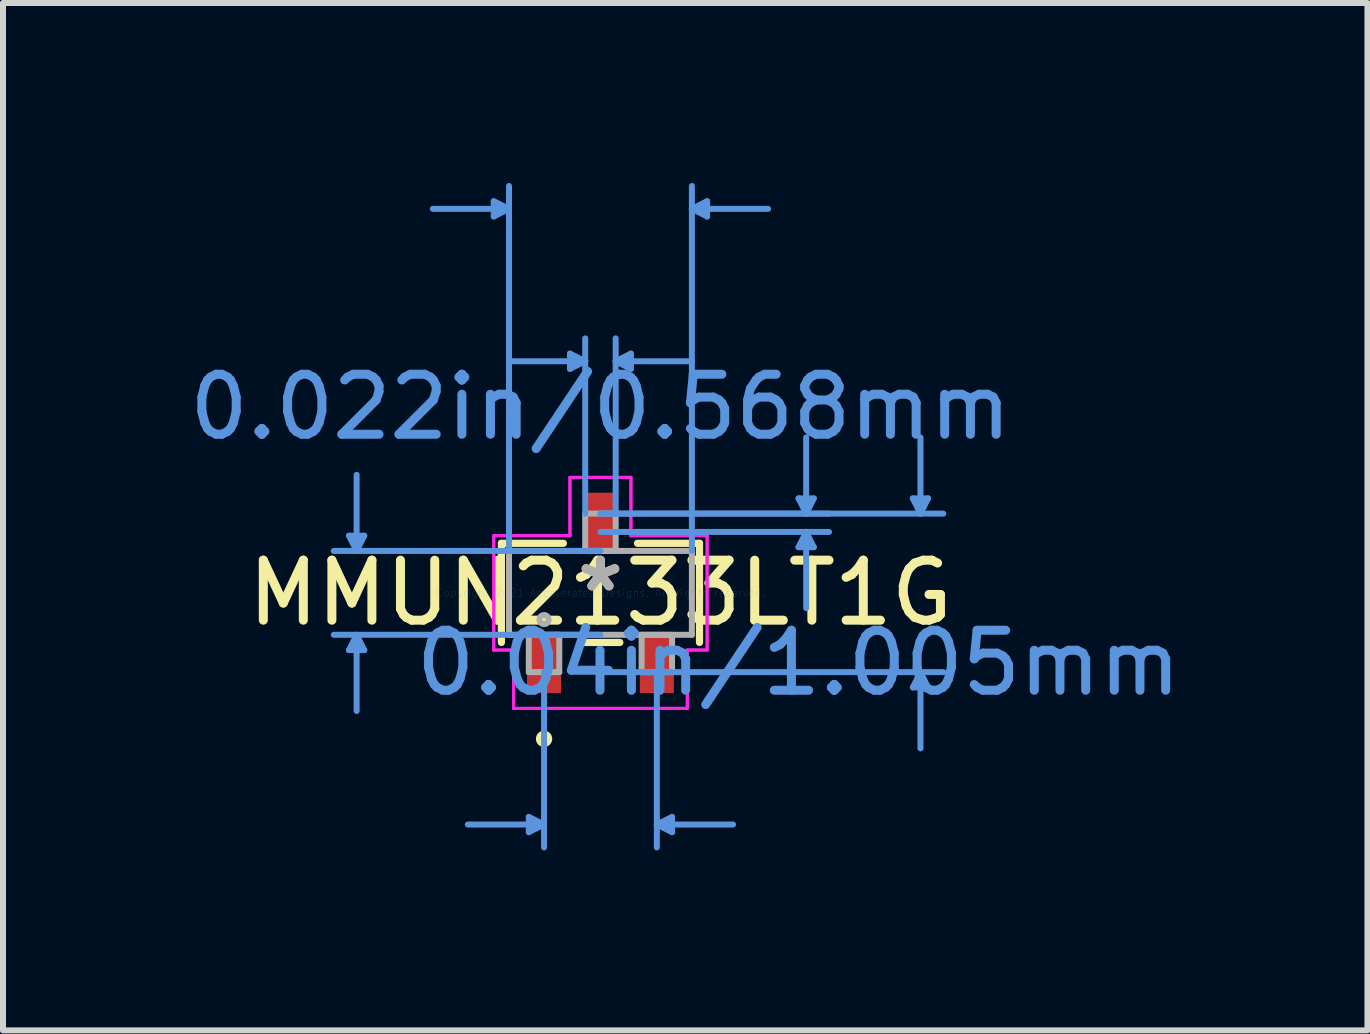
<source format=kicad_pcb>
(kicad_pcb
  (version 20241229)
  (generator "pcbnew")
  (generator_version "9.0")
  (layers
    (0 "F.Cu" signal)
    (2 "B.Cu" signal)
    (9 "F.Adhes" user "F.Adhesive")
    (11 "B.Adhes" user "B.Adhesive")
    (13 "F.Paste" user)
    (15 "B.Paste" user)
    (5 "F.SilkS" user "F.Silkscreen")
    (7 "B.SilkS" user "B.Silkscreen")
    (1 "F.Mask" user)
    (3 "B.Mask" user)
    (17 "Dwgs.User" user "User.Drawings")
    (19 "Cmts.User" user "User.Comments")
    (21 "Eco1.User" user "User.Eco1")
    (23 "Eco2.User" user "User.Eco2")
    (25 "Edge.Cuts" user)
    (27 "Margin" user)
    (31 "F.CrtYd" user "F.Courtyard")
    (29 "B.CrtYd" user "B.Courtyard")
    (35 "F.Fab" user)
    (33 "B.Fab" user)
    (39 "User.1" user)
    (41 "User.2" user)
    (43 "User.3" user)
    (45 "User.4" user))
  (footprint "MMUN2133LT1G"
    (layer "F.Cu")
    (at 6.958 6.832)
    (property "Reference" "MMUN2133LT1G" (at 0 0 0) (layer "F.SilkS") (effects (font (size 1 1) (thickness 0.15))))
    (attr through_hole)
    (fp_line (start -1.651 -0.826) (end -1.651 0.826) (stroke (width 0.12) (type solid)) (layer "F.SilkS"))
    (fp_line (start -0.617 -0.826) (end -1.651 -0.826) (stroke (width 0.12) (type solid)) (layer "F.SilkS"))
    (fp_line (start -0.323 0.826) (end 0.323 0.826) (stroke (width 0.12) (type solid)) (layer "F.SilkS"))
    (fp_line (start 1.651 -0.826) (end 0.617 -0.826) (stroke (width 0.12) (type solid)) (layer "F.SilkS"))
    (fp_line (start 1.651 0.826) (end 1.651 -0.826) (stroke (width 0.12) (type solid)) (layer "F.SilkS"))
    (fp_circle (center -0.94 2.433) (end -0.864 2.433) (stroke (width 0.12) (type solid)) (fill no) (layer "F.SilkS"))
    (fp_line (start -4.191 -0.953) (end -3.937 -0.953) (stroke (width 0.1) (type solid)) (layer "Cmts.User"))
    (fp_line (start -4.191 0.953) (end -3.937 0.953) (stroke (width 0.1) (type solid)) (layer "Cmts.User"))
    (fp_line (start -4.064 -0.699) (end -4.191 -0.953) (stroke (width 0.1) (type solid)) (layer "Cmts.User"))
    (fp_line (start -4.064 -0.699) (end -4.064 -1.968) (stroke (width 0.1) (type solid)) (layer "Cmts.User"))
    (fp_line (start -4.064 -0.699) (end -3.937 -0.953) (stroke (width 0.1) (type solid)) (layer "Cmts.User"))
    (fp_line (start -4.064 0.699) (end -4.191 0.953) (stroke (width 0.1) (type solid)) (layer "Cmts.User"))
    (fp_line (start -4.064 0.699) (end -4.064 1.968) (stroke (width 0.1) (type solid)) (layer "Cmts.User"))
    (fp_line (start -4.064 0.699) (end -3.937 0.953) (stroke (width 0.1) (type solid)) (layer "Cmts.User"))
    (fp_line (start -1.778 -6.528) (end -1.778 -6.274) (stroke (width 0.1) (type solid)) (layer "Cmts.User"))
    (fp_line (start -1.524 -6.401) (end -2.794 -6.401) (stroke (width 0.1) (type solid)) (layer "Cmts.User"))
    (fp_line (start -1.524 -6.401) (end -1.778 -6.528) (stroke (width 0.1) (type solid)) (layer "Cmts.User"))
    (fp_line (start -1.524 -6.401) (end -1.778 -6.274) (stroke (width 0.1) (type solid)) (layer "Cmts.User"))
    (fp_line (start -1.524 -0.699) (end -1.524 -6.782) (stroke (width 0.1) (type solid)) (layer "Cmts.User"))
    (fp_line (start -1.194 3.734) (end -1.194 3.988) (stroke (width 0.1) (type solid)) (layer "Cmts.User"))
    (fp_line (start -0.94 1.321) (end -0.94 4.242) (stroke (width 0.1) (type solid)) (layer "Cmts.User"))
    (fp_line (start -0.94 3.861) (end -2.21 3.861) (stroke (width 0.1) (type solid)) (layer "Cmts.User"))
    (fp_line (start -0.94 3.861) (end -1.194 3.734) (stroke (width 0.1) (type solid)) (layer "Cmts.User"))
    (fp_line (start -0.94 3.861) (end -1.194 3.988) (stroke (width 0.1) (type solid)) (layer "Cmts.User"))
    (fp_line (start -0.508 -3.988) (end -0.508 -3.734) (stroke (width 0.1) (type solid)) (layer "Cmts.User"))
    (fp_line (start -0.254 -3.861) (end -1.524 -3.861) (stroke (width 0.1) (type solid)) (layer "Cmts.User"))
    (fp_line (start -0.254 -3.861) (end -0.508 -3.988) (stroke (width 0.1) (type solid)) (layer "Cmts.User"))
    (fp_line (start -0.254 -3.861) (end -0.508 -3.734) (stroke (width 0.1) (type solid)) (layer "Cmts.User"))
    (fp_line (start -0.254 -1.321) (end -0.254 -4.242) (stroke (width 0.1) (type solid)) (layer "Cmts.User"))
    (fp_line (start 0 -1.321) (end 3.81 -1.321) (stroke (width 0.1) (type solid)) (layer "Cmts.User"))
    (fp_line (start 0 -1.321) (end 5.715 -1.321) (stroke (width 0.1) (type solid)) (layer "Cmts.User"))
    (fp_line (start 0 -1.016) (end 3.81 -1.016) (stroke (width 0.1) (type solid)) (layer "Cmts.User"))
    (fp_line (start 0 -0.699) (end -4.445 -0.699) (stroke (width 0.1) (type solid)) (layer "Cmts.User"))
    (fp_line (start 0 0.699) (end -4.445 0.699) (stroke (width 0.1) (type solid)) (layer "Cmts.User"))
    (fp_line (start 0 1.321) (end 5.715 1.321) (stroke (width 0.1) (type solid)) (layer "Cmts.User"))
    (fp_line (start 0.254 -3.861) (end 0.508 -3.988) (stroke (width 0.1) (type solid)) (layer "Cmts.User"))
    (fp_line (start 0.254 -3.861) (end 0.508 -3.734) (stroke (width 0.1) (type solid)) (layer "Cmts.User"))
    (fp_line (start 0.254 -3.861) (end 1.524 -3.861) (stroke (width 0.1) (type solid)) (layer "Cmts.User"))
    (fp_line (start 0.254 -1.321) (end 0.254 -4.242) (stroke (width 0.1) (type solid)) (layer "Cmts.User"))
    (fp_line (start 0.508 -3.988) (end 0.508 -3.734) (stroke (width 0.1) (type solid)) (layer "Cmts.User"))
    (fp_line (start 0.94 1.321) (end 0.94 4.242) (stroke (width 0.1) (type solid)) (layer "Cmts.User"))
    (fp_line (start 0.94 3.861) (end 1.194 3.734) (stroke (width 0.1) (type solid)) (layer "Cmts.User"))
    (fp_line (start 0.94 3.861) (end 1.194 3.988) (stroke (width 0.1) (type solid)) (layer "Cmts.User"))
    (fp_line (start 0.94 3.861) (end 2.21 3.861) (stroke (width 0.1) (type solid)) (layer "Cmts.User"))
    (fp_line (start 1.194 3.734) (end 1.194 3.988) (stroke (width 0.1) (type solid)) (layer "Cmts.User"))
    (fp_line (start 1.524 -6.401) (end 1.778 -6.528) (stroke (width 0.1) (type solid)) (layer "Cmts.User"))
    (fp_line (start 1.524 -6.401) (end 1.778 -6.274) (stroke (width 0.1) (type solid)) (layer "Cmts.User"))
    (fp_line (start 1.524 -6.401) (end 2.794 -6.401) (stroke (width 0.1) (type solid)) (layer "Cmts.User"))
    (fp_line (start 1.524 -0.699) (end 1.524 -6.782) (stroke (width 0.1) (type solid)) (layer "Cmts.User"))
    (fp_line (start 1.778 -6.528) (end 1.778 -6.274) (stroke (width 0.1) (type solid)) (layer "Cmts.User"))
    (fp_line (start 3.302 -1.575) (end 3.556 -1.575) (stroke (width 0.1) (type solid)) (layer "Cmts.User"))
    (fp_line (start 3.302 -0.762) (end 3.556 -0.762) (stroke (width 0.1) (type solid)) (layer "Cmts.User"))
    (fp_line (start 3.429 -1.321) (end 3.302 -1.575) (stroke (width 0.1) (type solid)) (layer "Cmts.User"))
    (fp_line (start 3.429 -1.321) (end 3.429 -2.591) (stroke (width 0.1) (type solid)) (layer "Cmts.User"))
    (fp_line (start 3.429 -1.321) (end 3.556 -1.575) (stroke (width 0.1) (type solid)) (layer "Cmts.User"))
    (fp_line (start 3.429 -1.016) (end 3.302 -0.762) (stroke (width 0.1) (type solid)) (layer "Cmts.User"))
    (fp_line (start 3.429 -1.016) (end 3.429 0.254) (stroke (width 0.1) (type solid)) (layer "Cmts.User"))
    (fp_line (start 3.429 -1.016) (end 3.556 -0.762) (stroke (width 0.1) (type solid)) (layer "Cmts.User"))
    (fp_line (start 5.207 -1.575) (end 5.461 -1.575) (stroke (width 0.1) (type solid)) (layer "Cmts.User"))
    (fp_line (start 5.207 1.575) (end 5.461 1.575) (stroke (width 0.1) (type solid)) (layer "Cmts.User"))
    (fp_line (start 5.334 -1.321) (end 5.207 -1.575) (stroke (width 0.1) (type solid)) (layer "Cmts.User"))
    (fp_line (start 5.334 -1.321) (end 5.334 -2.591) (stroke (width 0.1) (type solid)) (layer "Cmts.User"))
    (fp_line (start 5.334 -1.321) (end 5.461 -1.575) (stroke (width 0.1) (type solid)) (layer "Cmts.User"))
    (fp_line (start 5.334 1.321) (end 5.207 1.575) (stroke (width 0.1) (type solid)) (layer "Cmts.User"))
    (fp_line (start 5.334 1.321) (end 5.334 2.591) (stroke (width 0.1) (type solid)) (layer "Cmts.User"))
    (fp_line (start 5.334 1.321) (end 5.461 1.575) (stroke (width 0.1) (type solid)) (layer "Cmts.User"))
    (fp_line (start -1.778 -0.953) (end -0.508 -0.953) (stroke (width 0.05) (type solid)) (layer "F.CrtYd"))
    (fp_line (start -1.778 -0.953) (end -0.508 -0.953) (stroke (width 0.05) (type solid)) (layer "F.CrtYd"))
    (fp_line (start -1.778 0.953) (end -1.778 -0.953) (stroke (width 0.05) (type solid)) (layer "F.CrtYd"))
    (fp_line (start -1.778 0.953) (end -1.778 -0.953) (stroke (width 0.05) (type solid)) (layer "F.CrtYd"))
    (fp_line (start -1.778 0.953) (end -1.448 0.953) (stroke (width 0.05) (type solid)) (layer "F.CrtYd"))
    (fp_line (start -1.448 0.953) (end -1.778 0.953) (stroke (width 0.05) (type solid)) (layer "F.CrtYd"))
    (fp_line (start -1.448 0.953) (end -1.448 1.925) (stroke (width 0.05) (type solid)) (layer "F.CrtYd"))
    (fp_line (start -1.448 1.925) (end -1.448 0.953) (stroke (width 0.05) (type solid)) (layer "F.CrtYd"))
    (fp_line (start -1.448 1.925) (end 1.448 1.925) (stroke (width 0.05) (type solid)) (layer "F.CrtYd"))
    (fp_line (start -0.508 -1.925) (end 0.508 -1.925) (stroke (width 0.05) (type solid)) (layer "F.CrtYd"))
    (fp_line (start -0.508 -1.925) (end 0.508 -1.925) (stroke (width 0.05) (type solid)) (layer "F.CrtYd"))
    (fp_line (start -0.508 -0.953) (end -0.508 -1.925) (stroke (width 0.05) (type solid)) (layer "F.CrtYd"))
    (fp_line (start -0.508 -0.953) (end -0.508 -1.925) (stroke (width 0.05) (type solid)) (layer "F.CrtYd"))
    (fp_line (start 0.508 -1.925) (end 0.508 -0.953) (stroke (width 0.05) (type solid)) (layer "F.CrtYd"))
    (fp_line (start 0.508 -0.953) (end 0.508 -1.925) (stroke (width 0.05) (type solid)) (layer "F.CrtYd"))
    (fp_line (start 0.508 -0.953) (end 1.778 -0.953) (stroke (width 0.05) (type solid)) (layer "F.CrtYd"))
    (fp_line (start 1.448 0.953) (end 1.448 1.925) (stroke (width 0.05) (type solid)) (layer "F.CrtYd"))
    (fp_line (start 1.448 0.953) (end 1.448 1.925) (stroke (width 0.05) (type solid)) (layer "F.CrtYd"))
    (fp_line (start 1.448 1.925) (end -1.448 1.925) (stroke (width 0.05) (type solid)) (layer "F.CrtYd"))
    (fp_line (start 1.778 -0.953) (end 0.508 -0.953) (stroke (width 0.05) (type solid)) (layer "F.CrtYd"))
    (fp_line (start 1.778 -0.953) (end 1.778 0.953) (stroke (width 0.05) (type solid)) (layer "F.CrtYd"))
    (fp_line (start 1.778 -0.953) (end 1.778 0.953) (stroke (width 0.05) (type solid)) (layer "F.CrtYd"))
    (fp_line (start 1.778 0.953) (end 1.448 0.953) (stroke (width 0.05) (type solid)) (layer "F.CrtYd"))
    (fp_line (start 1.778 0.953) (end 1.448 0.953) (stroke (width 0.05) (type solid)) (layer "F.CrtYd"))
    (fp_line (start -1.524 -0.699) (end -1.524 0.699) (stroke (width 0.1) (type solid)) (layer "F.Fab"))
    (fp_line (start -1.524 0.699) (end 1.524 0.699) (stroke (width 0.1) (type solid)) (layer "F.Fab"))
    (fp_line (start -1.194 0.699) (end -1.194 1.321) (stroke (width 0.1) (type solid)) (layer "F.Fab"))
    (fp_line (start -1.194 1.321) (end -0.686 1.321) (stroke (width 0.1) (type solid)) (layer "F.Fab"))
    (fp_line (start -0.686 0.699) (end -1.194 0.699) (stroke (width 0.1) (type solid)) (layer "F.Fab"))
    (fp_line (start -0.686 1.321) (end -0.686 0.699) (stroke (width 0.1) (type solid)) (layer "F.Fab"))
    (fp_line (start -0.254 -1.321) (end -0.254 -0.699) (stroke (width 0.1) (type solid)) (layer "F.Fab"))
    (fp_line (start -0.254 -0.699) (end 0.254 -0.699) (stroke (width 0.1) (type solid)) (layer "F.Fab"))
    (fp_line (start 0.254 -1.321) (end -0.254 -1.321) (stroke (width 0.1) (type solid)) (layer "F.Fab"))
    (fp_line (start 0.254 -0.699) (end 0.254 -1.321) (stroke (width 0.1) (type solid)) (layer "F.Fab"))
    (fp_line (start 0.686 0.699) (end 0.686 1.321) (stroke (width 0.1) (type solid)) (layer "F.Fab"))
    (fp_line (start 0.686 1.321) (end 1.194 1.321) (stroke (width 0.1) (type solid)) (layer "F.Fab"))
    (fp_line (start 1.194 0.699) (end 0.686 0.699) (stroke (width 0.1) (type solid)) (layer "F.Fab"))
    (fp_line (start 1.194 1.321) (end 1.194 0.699) (stroke (width 0.1) (type solid)) (layer "F.Fab"))
    (fp_line (start 1.524 -0.699) (end -1.524 -0.699) (stroke (width 0.1) (type solid)) (layer "F.Fab"))
    (fp_line (start 1.524 0.699) (end 1.524 -0.699) (stroke (width 0.1) (type solid)) (layer "F.Fab"))
    (fp_circle (center -0.94 0.445) (end -0.864 0.445) (stroke (width 0.1) (type solid)) (fill no) (layer "F.Fab"))
    (fp_text user "*" (at 0 0 0) (layer "F.SilkS") (effects (font (size 1 1) (thickness 0.15))))
    (fp_text user "0.022in/0.568mm" (at 0 -3.099 0) (layer "Cmts.User") (effects (font (size 1 1) (thickness 0.15))))
    (fp_text user "Copyright 2021 Accelerated Designs. All rights reserved." (at 0 0 0) (layer "Cmts.User") (effects (font (size 0.127 0.127) (thickness 0.002))))
    (fp_text user "0.04in/1.005mm" (at 3.302 1.168 0) (layer "Cmts.User") (effects (font (size 1 1) (thickness 0.15))))
    (fp_text user "*" (at 0 0 0) (layer "F.Fab") (effects (font (size 1 1) (thickness 0.15))))
    (pad "1" smd rect (at -0.94 1.168) (size 0.568 1.005) (layers "F.Cu" "F.Mask" "F.Paste"))
    (pad "2" smd rect (at 0.94 1.168) (size 0.568 1.005) (layers "F.Cu" "F.Mask" "F.Paste"))
    (pad "3" smd rect (at 0 -1.168) (size 0.568 1.005) (layers "F.Cu" "F.Mask" "F.Paste")))
  (gr_rect
    (start -3 -3)
    (end 19.742 14.124)
    (stroke (width 0.1) (type default))
    (fill no)
    (layer "Edge.Cuts")))
</source>
